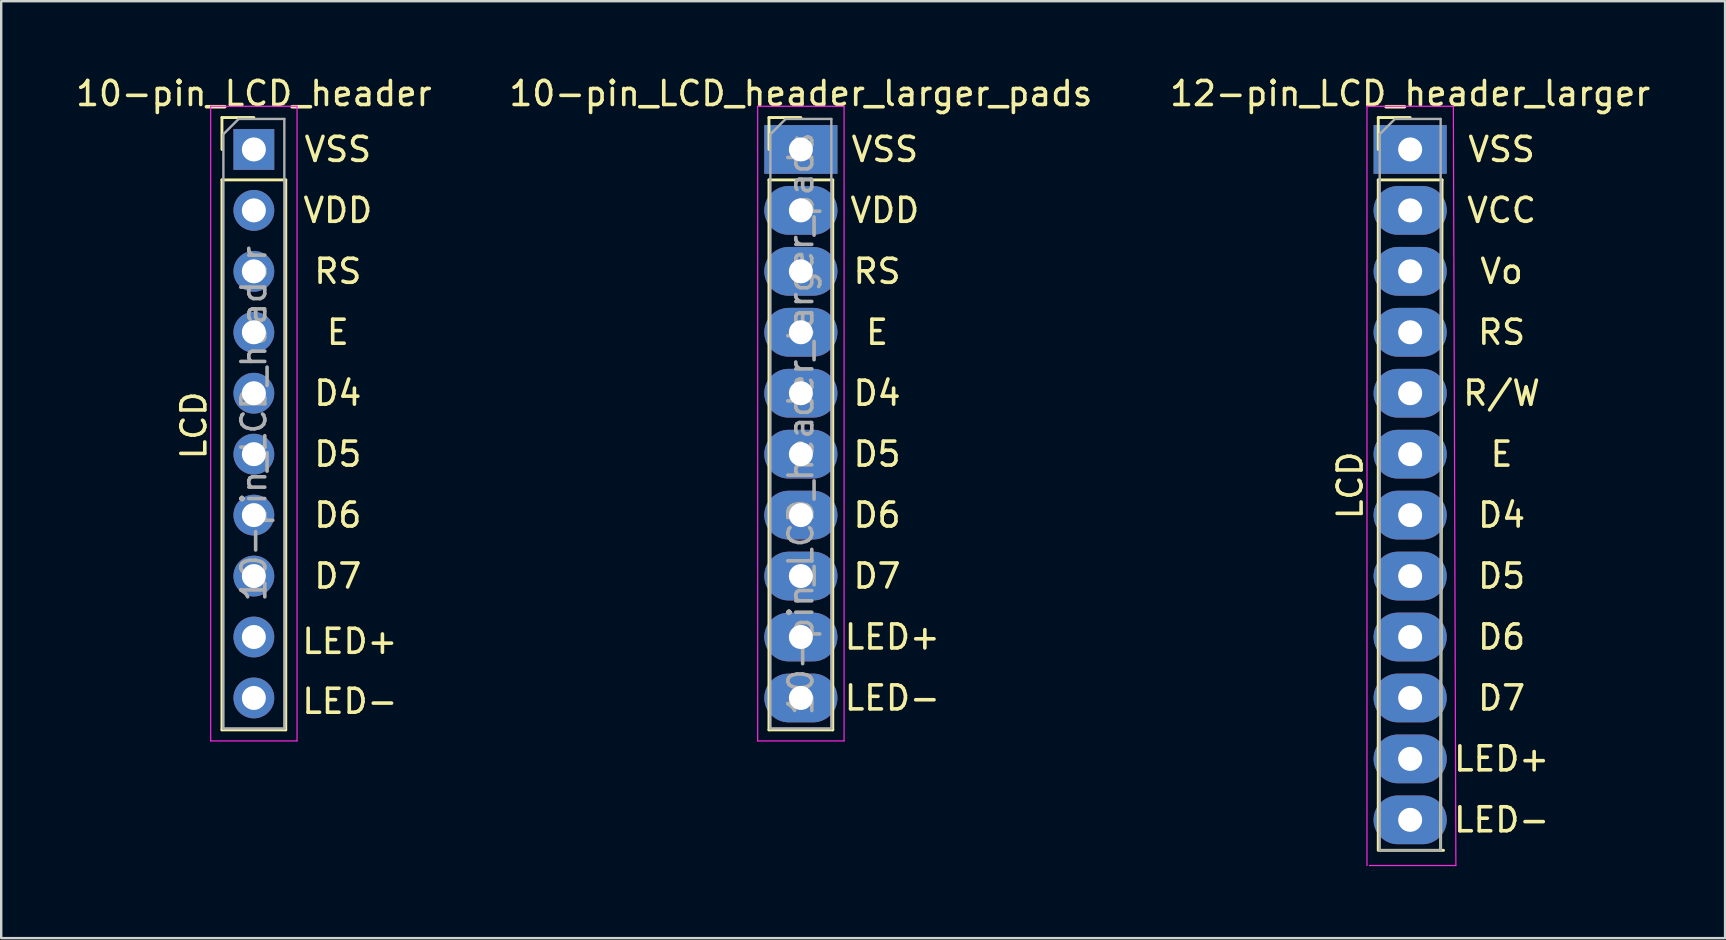
<source format=kicad_pcb>
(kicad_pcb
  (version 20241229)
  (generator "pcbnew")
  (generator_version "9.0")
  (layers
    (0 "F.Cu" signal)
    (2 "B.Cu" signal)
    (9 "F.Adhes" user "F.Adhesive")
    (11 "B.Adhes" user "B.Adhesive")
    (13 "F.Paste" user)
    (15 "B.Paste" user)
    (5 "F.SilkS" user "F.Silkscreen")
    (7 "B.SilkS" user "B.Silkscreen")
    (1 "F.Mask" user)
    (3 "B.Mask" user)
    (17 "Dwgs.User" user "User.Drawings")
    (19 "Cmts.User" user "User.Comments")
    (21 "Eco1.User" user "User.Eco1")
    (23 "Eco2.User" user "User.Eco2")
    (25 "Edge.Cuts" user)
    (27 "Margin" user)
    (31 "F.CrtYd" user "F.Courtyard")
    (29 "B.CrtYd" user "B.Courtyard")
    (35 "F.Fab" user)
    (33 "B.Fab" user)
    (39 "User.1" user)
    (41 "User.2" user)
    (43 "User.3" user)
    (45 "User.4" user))
  (footprint "12-pin_LCD_header_larger"
    (layer "F.Cu")
    (at 55.72 3.178)
    (property "Reference" "12-pin_LCD_header_larger" (at 0 -2.33 0) (layer "F.SilkS") (effects (font (size 1 1) (thickness 0.15))))
    (attr through_hole)
    (fp_line (start -1.33 -1.33) (end 0 -1.33) (stroke (width 0.12) (type solid)) (layer "F.SilkS"))
    (fp_line (start -1.33 0) (end -1.33 -1.33) (stroke (width 0.12) (type solid)) (layer "F.SilkS"))
    (fp_line (start -1.33 1.27) (end -1.33 29.21) (stroke (width 0.12) (type solid)) (layer "F.SilkS"))
    (fp_line (start -1.33 1.27) (end 1.33 1.27) (stroke (width 0.12) (type solid)) (layer "F.SilkS"))
    (fp_line (start -1.27 29.21) (end 1.39 29.21) (stroke (width 0.12) (type solid)) (layer "F.SilkS"))
    (fp_line (start 1.33 1.27) (end 1.27 29.21) (stroke (width 0.12) (type solid)) (layer "F.SilkS"))
    (fp_line (start -1.8 -1.8) (end -1.8 29.845) (stroke (width 0.05) (type solid)) (layer "F.CrtYd"))
    (fp_line (start -1.695 29.845) (end 1.905 29.845) (stroke (width 0.05) (type solid)) (layer "F.CrtYd"))
    (fp_line (start 1.8 -1.8) (end -1.8 -1.8) (stroke (width 0.05) (type solid)) (layer "F.CrtYd"))
    (fp_line (start 1.905 29.845) (end 1.8 -1.8) (stroke (width 0.05) (type solid)) (layer "F.CrtYd"))
    (fp_line (start -1.27 -0.635) (end -0.635 -1.27) (stroke (width 0.1) (type solid)) (layer "F.Fab"))
    (fp_line (start -1.27 29.21) (end -1.27 -0.635) (stroke (width 0.1) (type solid)) (layer "F.Fab"))
    (fp_line (start -0.635 -1.27) (end 1.27 -1.27) (stroke (width 0.1) (type solid)) (layer "F.Fab"))
    (fp_line (start 1.27 -1.27) (end 1.27 29.21) (stroke (width 0.1) (type solid)) (layer "F.Fab"))
    (fp_line (start 1.27 29.21) (end -1.27 29.21) (stroke (width 0.1) (type solid)) (layer "F.Fab"))
    (fp_text user "D6" (at 3.81 20.32 0) (layer "F.SilkS") (effects (font (size 1 1) (thickness 0.15))))
    (fp_text user "RS" (at 3.81 7.62 0) (layer "F.SilkS") (effects (font (size 1 1) (thickness 0.15))))
    (fp_text user "LCD" (at -2.5 14 90) (layer "F.SilkS") (effects (font (size 1 1) (thickness 0.15))))
    (fp_text user "D4" (at 3.81 15.24 0) (layer "F.SilkS") (effects (font (size 1 1) (thickness 0.15))))
    (fp_text user "LED+" (at 3.81 25.4 0) (layer "F.SilkS") (effects (font (size 1 1) (thickness 0.15))))
    (fp_text user "VCC" (at 3.81 2.54 0) (layer "F.SilkS") (effects (font (size 1 1) (thickness 0.15))))
    (fp_text user "D7" (at 3.81 22.86 0) (layer "F.SilkS") (effects (font (size 1 1) (thickness 0.15))))
    (fp_text user "R/W" (at 3.81 10.16 0) (layer "F.SilkS") (effects (font (size 1 1) (thickness 0.15))))
    (fp_text user "LED-" (at 3.81 27.94 0) (layer "F.SilkS") (effects (font (size 1 1) (thickness 0.15))))
    (fp_text user "E" (at 3.81 12.7 0) (layer "F.SilkS") (effects (font (size 1 1) (thickness 0.15))))
    (fp_text user "Vo" (at 3.81 5.08 0) (layer "F.SilkS") (effects (font (size 1 1) (thickness 0.15))))
    (fp_text user "VSS" (at 3.81 0 0) (layer "F.SilkS") (effects (font (size 1 1) (thickness 0.15))))
    (fp_text user "D5" (at 3.81 17.78 0) (layer "F.SilkS") (effects (font (size 1 1) (thickness 0.15))))
    (pad "1" thru_hole rect (at 0 0) (size 3.048 2.032) (drill 1) (layers "*.Cu" "*.Mask"))
    (pad "2" thru_hole oval (at 0 2.54) (size 3.048 2.032) (drill 1) (layers "*.Cu" "*.Mask"))
    (pad "3" thru_hole oval (at 0 5.08) (size 3.048 2.032) (drill 1) (layers "*.Cu" "*.Mask"))
    (pad "4" thru_hole oval (at 0 7.62) (size 3.048 2.032) (drill 1) (layers "*.Cu" "*.Mask"))
    (pad "5" thru_hole oval (at 0 10.16) (size 3.048 2.032) (drill 1) (layers "*.Cu" "*.Mask"))
    (pad "6" thru_hole oval (at 0 12.7) (size 3.048 2.032) (drill 1) (layers "*.Cu" "*.Mask"))
    (pad "7" thru_hole oval (at 0 15.24) (size 3.048 2.032) (drill 1) (layers "*.Cu" "*.Mask"))
    (pad "8" thru_hole oval (at 0 17.78) (size 3.048 2.032) (drill 1) (layers "*.Cu" "*.Mask"))
    (pad "9" thru_hole oval (at 0 20.32) (size 3.048 2.032) (drill 1) (layers "*.Cu" "*.Mask"))
    (pad "10" thru_hole oval (at 0 22.86) (size 3.048 2.032) (drill 1) (layers "*.Cu" "*.Mask"))
    (pad "11" thru_hole oval (at 0 25.4) (size 3.048 2.032) (drill 1) (layers "*.Cu" "*.Mask"))
    (pad "12" thru_hole oval (at 0 27.94) (size 3.048 2.032) (drill 1) (layers "*.Cu" "*.Mask")))
  (footprint "10-pin_LCD_header"
    (layer "F.Cu")
    (at 7.53 3.178)
    (property "Reference" "10-pin_LCD_header" (at 0 -2.33 0) (layer "F.SilkS") (effects (font (size 1 1) (thickness 0.15))))
    (attr through_hole)
    (fp_line (start -1.33 -1.33) (end 0 -1.33) (stroke (width 0.12) (type solid)) (layer "F.SilkS"))
    (fp_line (start -1.33 0) (end -1.33 -1.33) (stroke (width 0.12) (type solid)) (layer "F.SilkS"))
    (fp_line (start -1.33 1.27) (end -1.33 24.19) (stroke (width 0.12) (type solid)) (layer "F.SilkS"))
    (fp_line (start -1.33 1.27) (end 1.33 1.27) (stroke (width 0.12) (type solid)) (layer "F.SilkS"))
    (fp_line (start -1.33 24.19) (end 1.33 24.19) (stroke (width 0.12) (type solid)) (layer "F.SilkS"))
    (fp_line (start 1.33 1.27) (end 1.33 24.19) (stroke (width 0.12) (type solid)) (layer "F.SilkS"))
    (fp_line (start -1.8 -1.8) (end -1.8 24.65) (stroke (width 0.05) (type solid)) (layer "F.CrtYd"))
    (fp_line (start -1.8 24.65) (end 1.8 24.65) (stroke (width 0.05) (type solid)) (layer "F.CrtYd"))
    (fp_line (start 1.8 -1.8) (end -1.8 -1.8) (stroke (width 0.05) (type solid)) (layer "F.CrtYd"))
    (fp_line (start 1.8 24.65) (end 1.8 -1.8) (stroke (width 0.05) (type solid)) (layer "F.CrtYd"))
    (fp_line (start -1.27 -0.635) (end -0.635 -1.27) (stroke (width 0.1) (type solid)) (layer "F.Fab"))
    (fp_line (start -1.27 24.13) (end -1.27 -0.635) (stroke (width 0.1) (type solid)) (layer "F.Fab"))
    (fp_line (start -0.635 -1.27) (end 1.27 -1.27) (stroke (width 0.1) (type solid)) (layer "F.Fab"))
    (fp_line (start 1.27 -1.27) (end 1.27 24.13) (stroke (width 0.1) (type solid)) (layer "F.Fab"))
    (fp_line (start 1.27 24.13) (end -1.27 24.13) (stroke (width 0.1) (type solid)) (layer "F.Fab"))
    (fp_text user "D5" (at 3.5 12.7 0) (layer "F.SilkS") (effects (font (size 1 1) (thickness 0.15))))
    (fp_text user "D4" (at 3.5 10.16 0) (layer "F.SilkS") (effects (font (size 1 1) (thickness 0.15))))
    (fp_text user "VSS" (at 3.5 0 0) (layer "F.SilkS") (effects (font (size 1 1) (thickness 0.15))))
    (fp_text user "D6" (at 3.5 15.24 0) (layer "F.SilkS") (effects (font (size 1 1) (thickness 0.15))))
    (fp_text user "E" (at 3.5 7.62 0) (layer "F.SilkS") (effects (font (size 1 1) (thickness 0.15))))
    (fp_text user "LCD" (at -2.5 11.5 90) (layer "F.SilkS") (effects (font (size 1 1) (thickness 0.15))))
    (fp_text user "RS" (at 3.5 5.08 0) (layer "F.SilkS") (effects (font (size 1 1) (thickness 0.15))))
    (fp_text user "LED+" (at 4 20.5 0) (layer "F.SilkS") (effects (font (size 1 1) (thickness 0.15))))
    (fp_text user "LED-" (at 4 23 0) (layer "F.SilkS") (effects (font (size 1 1) (thickness 0.15))))
    (fp_text user "VDD" (at 3.5 2.54 0) (layer "F.SilkS") (effects (font (size 1 1) (thickness 0.15))))
    (fp_text user "D7" (at 3.5 17.78 0) (layer "F.SilkS") (effects (font (size 1 1) (thickness 0.15))))
    (fp_text user "${REFERENCE}" (at 0 11.43 90) (layer "F.Fab") (effects (font (size 1 1) (thickness 0.15))))
    (pad "1" thru_hole rect (at 0 0) (size 1.7 1.7) (drill 1) (layers "*.Cu" "*.Mask"))
    (pad "2" thru_hole oval (at 0 2.54) (size 1.7 1.7) (drill 1) (layers "*.Cu" "*.Mask"))
    (pad "3" thru_hole oval (at 0 5.08) (size 1.7 1.7) (drill 1) (layers "*.Cu" "*.Mask"))
    (pad "4" thru_hole oval (at 0 7.62) (size 1.7 1.7) (drill 1) (layers "*.Cu" "*.Mask"))
    (pad "5" thru_hole oval (at 0 10.16) (size 1.7 1.7) (drill 1) (layers "*.Cu" "*.Mask"))
    (pad "6" thru_hole oval (at 0 12.7) (size 1.7 1.7) (drill 1) (layers "*.Cu" "*.Mask"))
    (pad "7" thru_hole oval (at 0 15.24) (size 1.7 1.7) (drill 1) (layers "*.Cu" "*.Mask"))
    (pad "8" thru_hole oval (at 0 17.78) (size 1.7 1.7) (drill 1) (layers "*.Cu" "*.Mask"))
    (pad "9" thru_hole oval (at 0 20.32) (size 1.7 1.7) (drill 1) (layers "*.Cu" "*.Mask"))
    (pad "10" thru_hole oval (at 0 22.86) (size 1.7 1.7) (drill 1) (layers "*.Cu" "*.Mask")))
  (footprint "10-pin_LCD_header_larger_pads"
    (layer "F.Cu")
    (at 30.327 3.178)
    (property "Reference" "10-pin_LCD_header_larger_pads" (at 0 -2.33 0) (layer "F.SilkS") (effects (font (size 1 1) (thickness 0.15))))
    (attr through_hole)
    (fp_line (start -1.33 -1.33) (end 0 -1.33) (stroke (width 0.12) (type solid)) (layer "F.SilkS"))
    (fp_line (start -1.33 0) (end -1.33 -1.33) (stroke (width 0.12) (type solid)) (layer "F.SilkS"))
    (fp_line (start -1.33 1.27) (end -1.33 24.19) (stroke (width 0.12) (type solid)) (layer "F.SilkS"))
    (fp_line (start -1.33 1.27) (end 1.33 1.27) (stroke (width 0.12) (type solid)) (layer "F.SilkS"))
    (fp_line (start -1.33 24.19) (end 1.33 24.19) (stroke (width 0.12) (type solid)) (layer "F.SilkS"))
    (fp_line (start 1.33 1.27) (end 1.33 24.19) (stroke (width 0.12) (type solid)) (layer "F.SilkS"))
    (fp_line (start -1.8 -1.8) (end -1.8 24.65) (stroke (width 0.05) (type solid)) (layer "F.CrtYd"))
    (fp_line (start -1.8 24.65) (end 1.8 24.65) (stroke (width 0.05) (type solid)) (layer "F.CrtYd"))
    (fp_line (start 1.8 -1.8) (end -1.8 -1.8) (stroke (width 0.05) (type solid)) (layer "F.CrtYd"))
    (fp_line (start 1.8 24.65) (end 1.8 -1.8) (stroke (width 0.05) (type solid)) (layer "F.CrtYd"))
    (fp_line (start -1.27 -0.635) (end -0.635 -1.27) (stroke (width 0.1) (type solid)) (layer "F.Fab"))
    (fp_line (start -1.27 24.13) (end -1.27 -0.635) (stroke (width 0.1) (type solid)) (layer "F.Fab"))
    (fp_line (start -0.635 -1.27) (end 1.27 -1.27) (stroke (width 0.1) (type solid)) (layer "F.Fab"))
    (fp_line (start 1.27 -1.27) (end 1.27 24.13) (stroke (width 0.1) (type solid)) (layer "F.Fab"))
    (fp_line (start 1.27 24.13) (end -1.27 24.13) (stroke (width 0.1) (type solid)) (layer "F.Fab"))
    (fp_text user "RS" (at 3.175 5.08 0) (layer "F.SilkS") (effects (font (size 1 1) (thickness 0.15))))
    (fp_text user "VSS" (at 3.5 0 0) (layer "F.SilkS") (effects (font (size 1 1) (thickness 0.15))))
    (fp_text user "VDD" (at 3.5 2.54 0) (layer "F.SilkS") (effects (font (size 1 1) (thickness 0.15))))
    (fp_text user "D5" (at 3.175 12.7 0) (layer "F.SilkS") (effects (font (size 1 1) (thickness 0.15))))
    (fp_text user "D4" (at 3.175 10.16 0) (layer "F.SilkS") (effects (font (size 1 1) (thickness 0.15))))
    (fp_text user "D7" (at 3.175 17.78 0) (layer "F.SilkS") (effects (font (size 1 1) (thickness 0.15))))
    (fp_text user "LED-" (at 3.81 22.86 0) (layer "F.SilkS") (effects (font (size 1 1) (thickness 0.15))))
    (fp_text user "E" (at 3.175 7.62 0) (layer "F.SilkS") (effects (font (size 1 1) (thickness 0.15))))
    (fp_text user "LED+" (at 3.81 20.32 0) (layer "F.SilkS") (effects (font (size 1 1) (thickness 0.15))))
    (fp_text user "D6" (at 3.175 15.24 0) (layer "F.SilkS") (effects (font (size 1 1) (thickness 0.15))))
    (fp_text user "${REFERENCE}" (at 0 11.43 90) (layer "F.Fab") (effects (font (size 1 1) (thickness 0.15))))
    (pad "1" thru_hole rect (at 0 0) (size 3.048 2.032) (drill 1) (layers "*.Cu" "*.Mask"))
    (pad "2" thru_hole oval (at 0 2.54) (size 3.048 2.032) (drill 1) (layers "*.Cu" "*.Mask"))
    (pad "3" thru_hole oval (at 0 5.08) (size 3.048 2.032) (drill 1) (layers "*.Cu" "*.Mask"))
    (pad "4" thru_hole oval (at 0 7.62) (size 3.048 2.032) (drill 1) (layers "*.Cu" "*.Mask"))
    (pad "5" thru_hole oval (at 0 10.16) (size 3.048 2.032) (drill 1) (layers "*.Cu" "*.Mask"))
    (pad "6" thru_hole oval (at 0 12.7) (size 3.048 2.032) (drill 1) (layers "*.Cu" "*.Mask"))
    (pad "7" thru_hole oval (at 0 15.24) (size 3.048 2.032) (drill 1) (layers "*.Cu" "*.Mask"))
    (pad "8" thru_hole oval (at 0 17.78) (size 3.048 2.032) (drill 1) (layers "*.Cu" "*.Mask"))
    (pad "9" thru_hole oval (at 0 20.32) (size 3.048 2.032) (drill 1) (layers "*.Cu" "*.Mask"))
    (pad "10" thru_hole oval (at 0 22.86) (size 3.048 2.032) (drill 1) (layers "*.Cu" "*.Mask")))
  (gr_rect
    (start -3 -3)
    (end 68.845 36.048)
    (stroke (width 0.1) (type default))
    (fill no)
    (layer "Edge.Cuts")))
</source>
